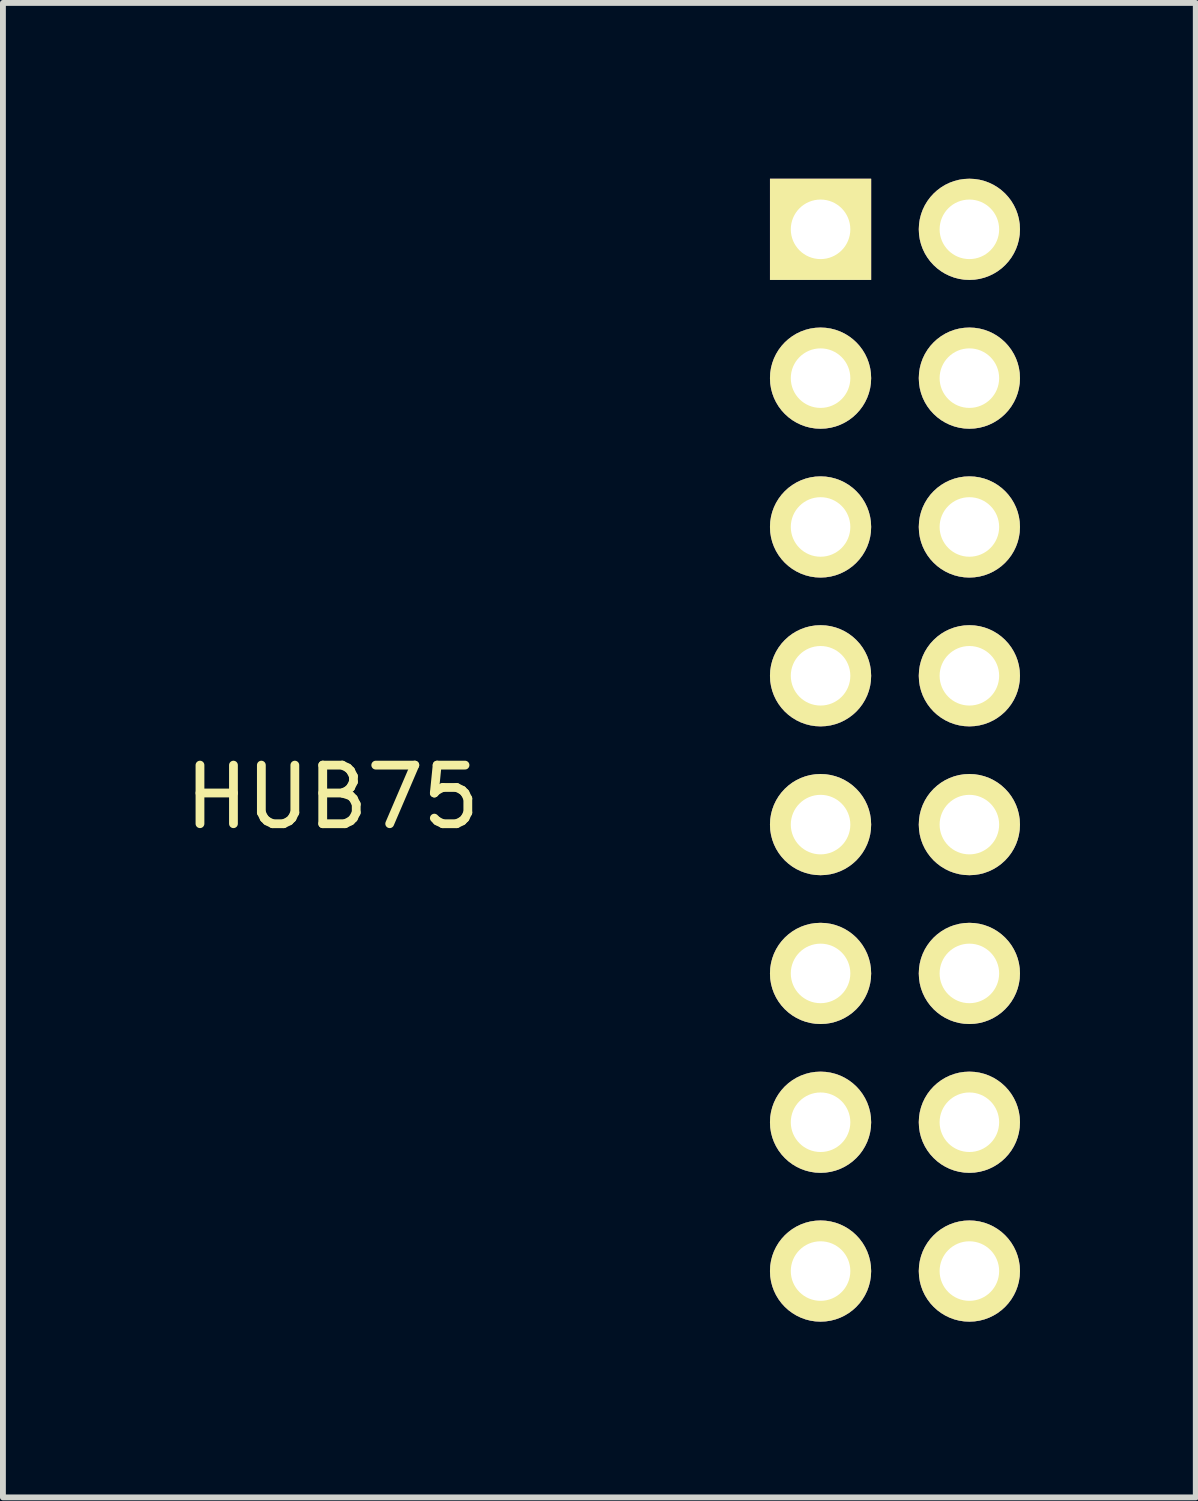
<source format=kicad_pcb>
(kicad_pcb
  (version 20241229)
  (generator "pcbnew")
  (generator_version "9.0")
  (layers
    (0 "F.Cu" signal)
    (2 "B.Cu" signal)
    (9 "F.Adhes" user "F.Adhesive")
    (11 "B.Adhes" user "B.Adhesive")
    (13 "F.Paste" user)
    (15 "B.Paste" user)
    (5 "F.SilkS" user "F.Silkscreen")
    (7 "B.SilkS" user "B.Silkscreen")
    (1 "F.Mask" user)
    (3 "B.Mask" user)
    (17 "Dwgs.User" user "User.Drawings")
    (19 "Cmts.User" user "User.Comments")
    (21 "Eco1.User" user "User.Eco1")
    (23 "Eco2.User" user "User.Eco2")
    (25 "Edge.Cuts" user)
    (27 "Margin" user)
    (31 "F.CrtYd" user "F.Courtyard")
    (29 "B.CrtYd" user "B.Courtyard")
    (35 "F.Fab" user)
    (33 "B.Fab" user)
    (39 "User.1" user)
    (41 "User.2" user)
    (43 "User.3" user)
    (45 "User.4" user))
  (footprint "HUB75"
    (layer "F.Cu")
    (at 12.225 9.754)
    (property "Reference" "HUB75" (at -9.6 0.8 0) (layer "F.SilkS") (effects (font (size 1 1) (thickness 0.15))))
    (attr through_hole)
    (pad "1" thru_hole rect (at -1.27 -8.89) (size 1.727 1.727) (drill 1.016) (layers "*.Cu" "*.Mask" "F.SilkS"))
    (pad "2" thru_hole oval (at 1.27 -8.89) (size 1.727 1.727) (drill 1.016) (layers "*.Cu" "*.Mask" "F.SilkS"))
    (pad "3" thru_hole oval (at -1.27 -6.35) (size 1.727 1.727) (drill 1.016) (layers "*.Cu" "*.Mask" "F.SilkS"))
    (pad "4" thru_hole oval (at 1.27 -6.35) (size 1.727 1.727) (drill 1.016) (layers "*.Cu" "*.Mask" "F.SilkS"))
    (pad "5" thru_hole oval (at -1.27 -3.81) (size 1.727 1.727) (drill 1.016) (layers "*.Cu" "*.Mask" "F.SilkS"))
    (pad "6" thru_hole oval (at 1.27 -3.81) (size 1.727 1.727) (drill 1.016) (layers "*.Cu" "*.Mask" "F.SilkS"))
    (pad "7" thru_hole oval (at -1.27 -1.27) (size 1.727 1.727) (drill 1.016) (layers "*.Cu" "*.Mask" "F.SilkS"))
    (pad "8" thru_hole oval (at 1.27 -1.27) (size 1.727 1.727) (drill 1.016) (layers "*.Cu" "*.Mask" "F.SilkS"))
    (pad "9" thru_hole oval (at -1.27 1.27) (size 1.727 1.727) (drill 1.016) (layers "*.Cu" "*.Mask" "F.SilkS"))
    (pad "10" thru_hole oval (at 1.27 1.27) (size 1.727 1.727) (drill 1.016) (layers "*.Cu" "*.Mask" "F.SilkS"))
    (pad "11" thru_hole oval (at -1.27 3.81) (size 1.727 1.727) (drill 1.016) (layers "*.Cu" "*.Mask" "F.SilkS"))
    (pad "12" thru_hole oval (at 1.27 3.81) (size 1.727 1.727) (drill 1.016) (layers "*.Cu" "*.Mask" "F.SilkS"))
    (pad "13" thru_hole oval (at -1.27 6.35) (size 1.727 1.727) (drill 1.016) (layers "*.Cu" "*.Mask" "F.SilkS"))
    (pad "14" thru_hole oval (at 1.27 6.35) (size 1.727 1.727) (drill 1.016) (layers "*.Cu" "*.Mask" "F.SilkS"))
    (pad "15" thru_hole oval (at -1.27 8.89) (size 1.727 1.727) (drill 1.016) (layers "*.Cu" "*.Mask" "F.SilkS"))
    (pad "16" thru_hole oval (at 1.27 8.89) (size 1.727 1.727) (drill 1.016) (layers "*.Cu" "*.Mask" "F.SilkS")))
  (gr_rect
    (start -3 -3)
    (end 17.359 22.507)
    (stroke (width 0.1) (type default))
    (fill no)
    (layer "Edge.Cuts")))
</source>
